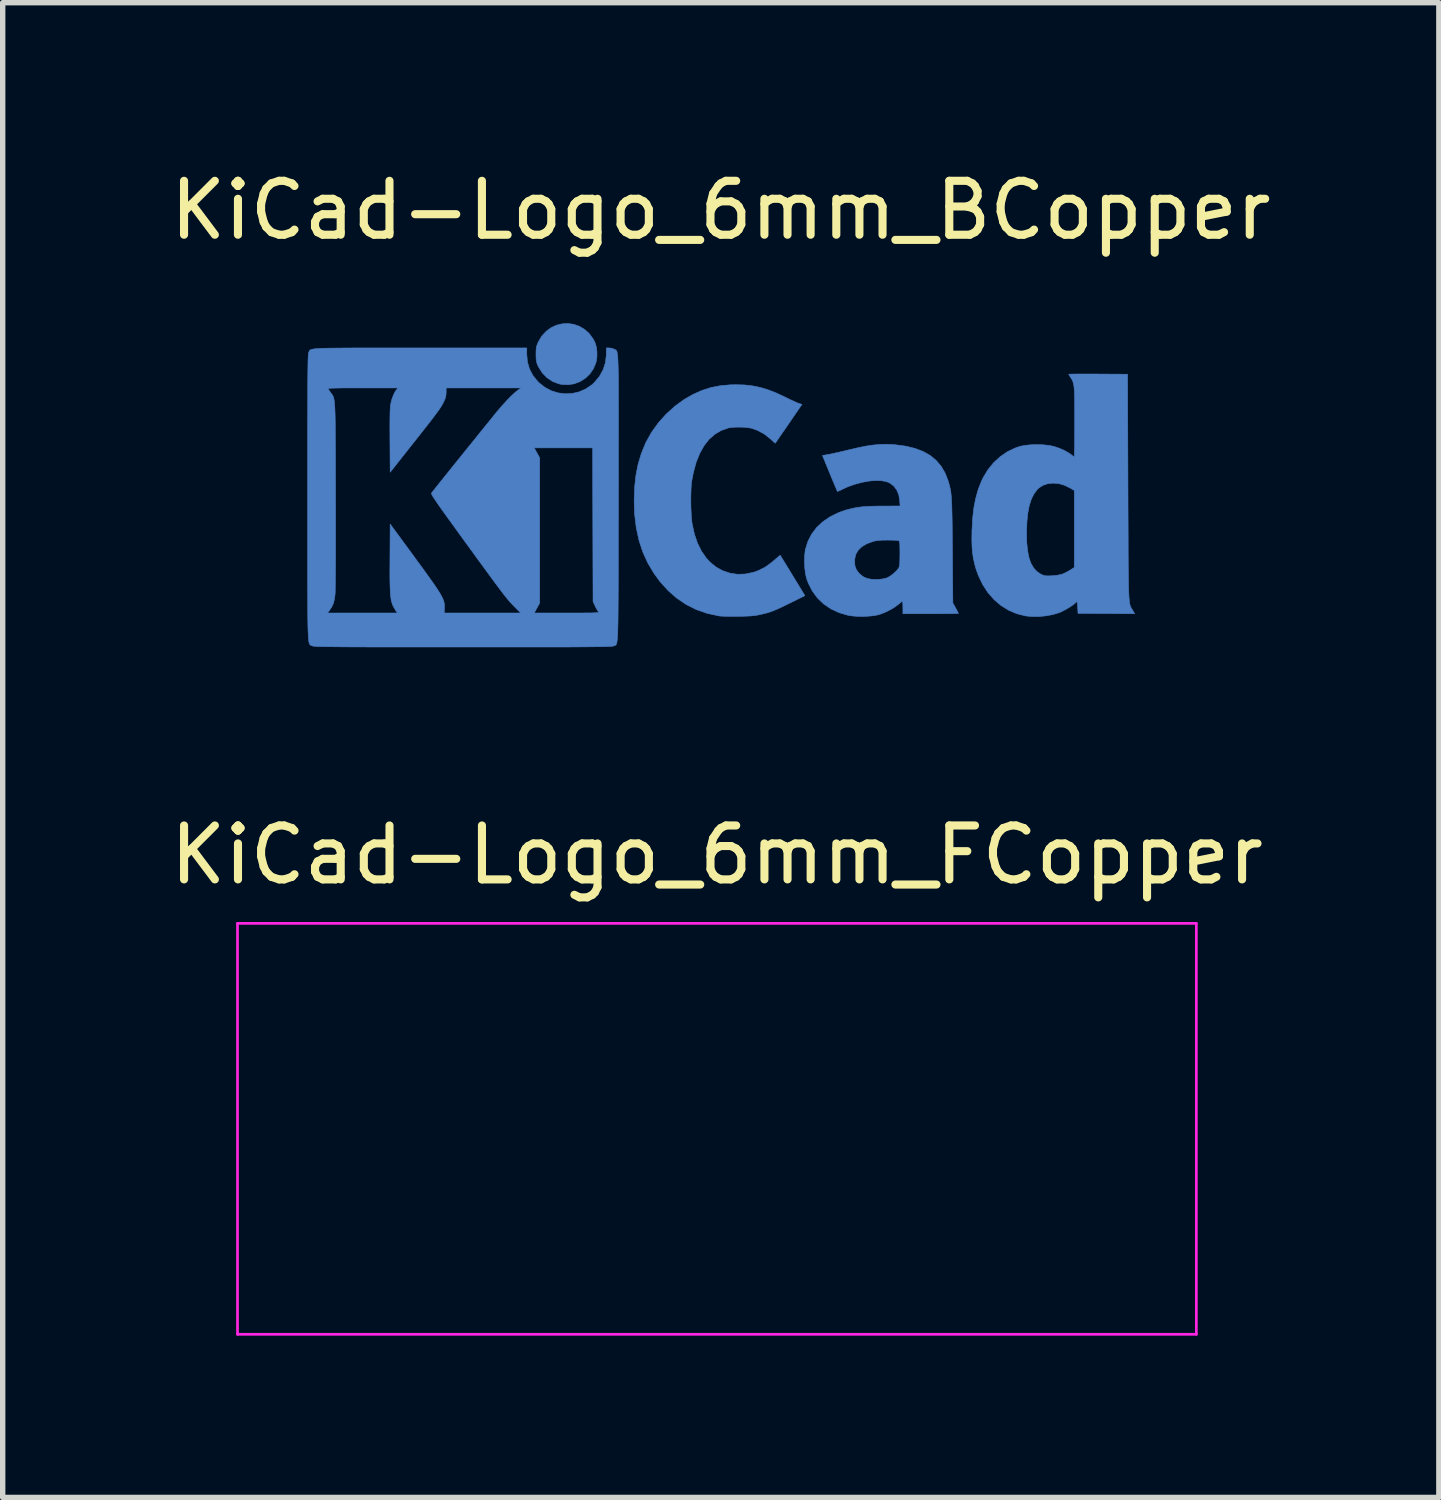
<source format=kicad_pcb>
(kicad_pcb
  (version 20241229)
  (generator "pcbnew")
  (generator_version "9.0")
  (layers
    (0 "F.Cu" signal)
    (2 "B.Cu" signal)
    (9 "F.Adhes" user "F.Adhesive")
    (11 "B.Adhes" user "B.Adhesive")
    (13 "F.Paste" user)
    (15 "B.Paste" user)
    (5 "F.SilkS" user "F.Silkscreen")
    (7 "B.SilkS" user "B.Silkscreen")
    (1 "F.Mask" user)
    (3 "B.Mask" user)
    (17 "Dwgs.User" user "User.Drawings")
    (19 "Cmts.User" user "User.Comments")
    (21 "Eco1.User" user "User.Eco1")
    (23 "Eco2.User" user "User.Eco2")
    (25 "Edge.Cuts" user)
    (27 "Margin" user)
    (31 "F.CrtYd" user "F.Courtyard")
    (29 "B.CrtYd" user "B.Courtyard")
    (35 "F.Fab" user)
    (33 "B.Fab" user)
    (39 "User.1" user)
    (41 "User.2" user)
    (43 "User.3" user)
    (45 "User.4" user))
  (footprint "KiCad-Logo_6mm_FCopper"
    (layer "F.Cu")
    (at 10.244 17.882)
    (property "Reference" "KiCad-Logo_6mm_FCopper" (at 0 -5.08 0) (layer "F.SilkS") (effects (font (size 1 1) (thickness 0.15))))
    (attr exclude_from_pos_files exclude_from_bom)
    (fp_line (start -8.89 -3.81) (end 8.89 -3.81) (stroke (width 0.05) (type solid)) (layer "F.CrtYd"))
    (fp_line (start -8.89 3.81) (end -8.89 -3.81) (stroke (width 0.05) (type solid)) (layer "F.CrtYd"))
    (fp_line (start 8.89 -3.81) (end 8.89 3.81) (stroke (width 0.05) (type solid)) (layer "F.CrtYd"))
    (fp_line (start 8.89 3.81) (end -8.89 3.81) (stroke (width 0.05) (type solid)) (layer "F.CrtYd")))
  (footprint "KiCad-Logo_6mm_BCopper"
    (layer "F.Cu")
    (at 10.315 5.928)
    (property "Reference" "KiCad-Logo_6mm_BCopper" (at 0 -5.08 0) (layer "F.SilkS") (effects (font (size 1 1) (thickness 0.15))))
    (attr exclude_from_pos_files exclude_from_bom)
    (fp_poly (pts (xy -2.726 -2.964) (xy -2.623 -2.928) (xy -2.527 -2.871) (xy -2.441 -2.795) (xy -2.369 -2.697) (xy -2.336 -2.636) (xy -2.308 -2.55) (xy -2.295 -2.451) (xy -2.296 -2.35) (xy -2.313 -2.257) (xy -2.359 -2.145) (xy -2.425 -2.047) (xy -2.509 -1.966) (xy -2.606 -1.904) (xy -2.714 -1.862) (xy -2.829 -1.844) (xy -2.948 -1.849) (xy -3.007 -1.862) (xy -3.121 -1.906) (xy -3.222 -1.974) (xy -3.309 -2.063) (xy -3.377 -2.171) (xy -3.383 -2.183) (xy -3.403 -2.227) (xy -3.415 -2.265) (xy -3.422 -2.304) (xy -3.425 -2.355) (xy -3.426 -2.41) (xy -3.425 -2.476) (xy -3.421 -2.523) (xy -3.413 -2.562) (xy -3.399 -2.6) (xy -3.382 -2.639) (xy -3.318 -2.747) (xy -3.238 -2.834) (xy -3.147 -2.901) (xy -3.047 -2.948) (xy -2.941 -2.973) (xy -2.833 -2.979) (xy -2.726 -2.964)) (stroke (width 0.01) (type solid)) (fill yes) (layer "B.Cu"))
    (fp_poly (pts (xy 0.44 -1.84) (xy 0.588 -1.823) (xy 0.731 -1.794) (xy 0.876 -1.751) (xy 1.028 -1.692) (xy 1.192 -1.615) (xy 1.222 -1.6) (xy 1.29 -1.567) (xy 1.354 -1.537) (xy 1.408 -1.513) (xy 1.446 -1.498) (xy 1.451 -1.496) (xy 1.506 -1.48) (xy 1.26 -1.121) (xy 1.2 -1.033) (xy 1.144 -0.953) (xy 1.096 -0.883) (xy 1.057 -0.826) (xy 1.029 -0.785) (xy 1.013 -0.763) (xy 1.011 -0.759) (xy 1 -0.767) (xy 0.975 -0.789) (xy 0.939 -0.823) (xy 0.919 -0.841) (xy 0.806 -0.931) (xy 0.679 -0.999) (xy 0.57 -1.037) (xy 0.504 -1.049) (xy 0.422 -1.056) (xy 0.333 -1.058) (xy 0.247 -1.056) (xy 0.173 -1.048) (xy 0.144 -1.043) (xy 0.011 -0.997) (xy -0.108 -0.927) (xy -0.215 -0.834) (xy -0.308 -0.716) (xy -0.387 -0.575) (xy -0.454 -0.411) (xy -0.506 -0.223) (xy -0.537 -0.062) (xy -0.546 0.009) (xy -0.551 0.101) (xy -0.554 0.207) (xy -0.555 0.32) (xy -0.553 0.435) (xy -0.548 0.544) (xy -0.542 0.64) (xy -0.533 0.718) (xy -0.531 0.73) (xy -0.489 0.923) (xy -0.431 1.094) (xy -0.357 1.243) (xy -0.267 1.372) (xy -0.203 1.442) (xy -0.089 1.536) (xy 0.037 1.606) (xy 0.172 1.651) (xy 0.313 1.671) (xy 0.459 1.666) (xy 0.608 1.634) (xy 0.696 1.603) (xy 0.818 1.542) (xy 0.943 1.453) (xy 1.013 1.393) (xy 1.053 1.358) (xy 1.084 1.332) (xy 1.101 1.32) (xy 1.104 1.32) (xy 1.112 1.332) (xy 1.132 1.366) (xy 1.163 1.416) (xy 1.203 1.482) (xy 1.251 1.56) (xy 1.304 1.647) (xy 1.334 1.696) (xy 1.56 2.067) (xy 1.278 2.207) (xy 1.176 2.257) (xy 1.093 2.296) (xy 1.025 2.327) (xy 0.966 2.351) (xy 0.911 2.371) (xy 0.855 2.388) (xy 0.794 2.403) (xy 0.735 2.417) (xy 0.682 2.428) (xy 0.627 2.437) (xy 0.565 2.443) (xy 0.488 2.447) (xy 0.394 2.45) (xy 0.33 2.451) (xy 0.238 2.452) (xy 0.151 2.451) (xy 0.073 2.45) (xy 0.01 2.447) (xy -0.032 2.444) (xy -0.034 2.443) (xy -0.25 2.396) (xy -0.452 2.326) (xy -0.642 2.231) (xy -0.818 2.112) (xy -0.98 1.969) (xy -1.129 1.803) (xy -1.238 1.654) (xy -1.353 1.461) (xy -1.446 1.256) (xy -1.517 1.038) (xy -1.567 0.807) (xy -1.597 0.56) (xy -1.606 0.309) (xy -1.598 0.066) (xy -1.574 -0.158) (xy -1.533 -0.368) (xy -1.474 -0.565) (xy -1.396 -0.756) (xy -1.387 -0.776) (xy -1.284 -0.96) (xy -1.159 -1.135) (xy -1.013 -1.298) (xy -0.851 -1.445) (xy -0.676 -1.572) (xy -0.514 -1.665) (xy -0.349 -1.738) (xy -0.185 -1.791) (xy -0.013 -1.825) (xy 0.171 -1.842) (xy 0.281 -1.844) (xy 0.44 -1.84)) (stroke (width 0.01) (type solid)) (fill yes) (layer "B.Cu"))
    (fp_poly (pts (xy 6.842 -2.043) (xy 6.959 -2.043) (xy 6.999 -2.042) (xy 7.544 -2.039) (xy 7.551 0.055) (xy 7.552 0.339) (xy 7.553 0.597) (xy 7.554 0.83) (xy 7.555 1.039) (xy 7.555 1.227) (xy 7.556 1.393) (xy 7.557 1.54) (xy 7.559 1.669) (xy 7.56 1.782) (xy 7.562 1.879) (xy 7.564 1.961) (xy 7.567 2.031) (xy 7.57 2.09) (xy 7.574 2.138) (xy 7.578 2.177) (xy 7.582 2.209) (xy 7.588 2.235) (xy 7.594 2.257) (xy 7.601 2.274) (xy 7.609 2.29) (xy 7.618 2.305) (xy 7.627 2.32) (xy 7.638 2.337) (xy 7.64 2.341) (xy 7.676 2.403) (xy 7.15 2.399) (xy 6.625 2.396) (xy 6.618 2.28) (xy 6.614 2.225) (xy 6.61 2.193) (xy 6.605 2.18) (xy 6.597 2.183) (xy 6.59 2.19) (xy 6.561 2.217) (xy 6.514 2.251) (xy 6.456 2.289) (xy 6.392 2.326) (xy 6.33 2.359) (xy 6.283 2.38) (xy 6.171 2.415) (xy 6.044 2.44) (xy 5.909 2.454) (xy 5.777 2.455) (xy 5.656 2.444) (xy 5.654 2.444) (xy 5.49 2.402) (xy 5.335 2.336) (xy 5.193 2.247) (xy 5.065 2.137) (xy 4.951 2.006) (xy 4.854 1.856) (xy 4.775 1.689) (xy 4.731 1.565) (xy 4.703 1.462) (xy 4.682 1.361) (xy 4.667 1.258) (xy 4.659 1.146) (xy 4.656 1.019) (xy 4.658 0.915) (xy 5.671 0.915) (xy 5.675 1.089) (xy 5.691 1.239) (xy 5.716 1.366) (xy 5.754 1.471) (xy 5.803 1.555) (xy 5.864 1.621) (xy 5.934 1.668) (xy 5.971 1.685) (xy 6.003 1.695) (xy 6.038 1.7) (xy 6.086 1.701) (xy 6.137 1.699) (xy 6.238 1.69) (xy 6.318 1.672) (xy 6.343 1.664) (xy 6.4 1.638) (xy 6.461 1.605) (xy 6.487 1.589) (xy 6.556 1.544) (xy 6.556 0.117) (xy 6.48 0.072) (xy 6.375 0.021) (xy 6.268 -0.01) (xy 6.162 -0.019) (xy 6.061 -0.008) (xy 5.97 0.023) (xy 5.893 0.075) (xy 5.868 0.099) (xy 5.808 0.181) (xy 5.759 0.279) (xy 5.721 0.396) (xy 5.695 0.533) (xy 5.678 0.692) (xy 5.671 0.876) (xy 5.671 0.915) (xy 4.658 0.915) (xy 4.658 0.872) (xy 4.67 0.646) (xy 4.693 0.442) (xy 4.729 0.258) (xy 4.777 0.089) (xy 4.839 -0.066) (xy 4.861 -0.112) (xy 4.95 -0.262) (xy 5.058 -0.396) (xy 5.182 -0.51) (xy 5.319 -0.604) (xy 5.468 -0.674) (xy 5.557 -0.703) (xy 5.644 -0.72) (xy 5.749 -0.73) (xy 5.863 -0.734) (xy 5.977 -0.73) (xy 6.083 -0.719) (xy 6.167 -0.703) (xy 6.268 -0.67) (xy 6.366 -0.628) (xy 6.451 -0.58) (xy 6.497 -0.548) (xy 6.528 -0.525) (xy 6.55 -0.51) (xy 6.555 -0.508) (xy 6.557 -0.521) (xy 6.558 -0.559) (xy 6.559 -0.619) (xy 6.561 -0.699) (xy 6.562 -0.795) (xy 6.562 -0.906) (xy 6.563 -1.027) (xy 6.563 -1.151) (xy 6.563 -1.31) (xy 6.562 -1.444) (xy 6.561 -1.555) (xy 6.56 -1.647) (xy 6.557 -1.721) (xy 6.553 -1.781) (xy 6.548 -1.829) (xy 6.54 -1.867) (xy 6.531 -1.898) (xy 6.52 -1.925) (xy 6.507 -1.949) (xy 6.49 -1.975) (xy 6.488 -1.978) (xy 6.467 -2.011) (xy 6.455 -2.034) (xy 6.453 -2.039) (xy 6.466 -2.04) (xy 6.504 -2.041) (xy 6.563 -2.042) (xy 6.642 -2.043) (xy 6.735 -2.043) (xy 6.842 -2.043)) (stroke (width 0.01) (type solid)) (fill yes) (layer "B.Cu"))
    (fp_poly (pts (xy 3.168 -0.736) (xy 3.236 -0.731) (xy 3.43 -0.705) (xy 3.603 -0.663) (xy 3.753 -0.606) (xy 3.884 -0.532) (xy 3.994 -0.441) (xy 4.086 -0.333) (xy 4.16 -0.206) (xy 4.214 -0.069) (xy 4.227 -0.025) (xy 4.239 0.016) (xy 4.249 0.057) (xy 4.258 0.099) (xy 4.266 0.145) (xy 4.272 0.196) (xy 4.277 0.257) (xy 4.281 0.327) (xy 4.285 0.411) (xy 4.287 0.509) (xy 4.29 0.624) (xy 4.292 0.759) (xy 4.293 0.915) (xy 4.295 1.095) (xy 4.296 1.236) (xy 4.304 2.204) (xy 4.356 2.297) (xy 4.38 2.342) (xy 4.398 2.377) (xy 4.407 2.395) (xy 4.407 2.396) (xy 4.394 2.398) (xy 4.356 2.399) (xy 4.297 2.4) (xy 4.22 2.401) (xy 4.127 2.402) (xy 4.021 2.402) (xy 3.906 2.403) (xy 3.892 2.403) (xy 3.378 2.403) (xy 3.378 2.286) (xy 3.377 2.233) (xy 3.374 2.193) (xy 3.371 2.171) (xy 3.369 2.169) (xy 3.356 2.178) (xy 3.328 2.2) (xy 3.291 2.231) (xy 3.29 2.231) (xy 3.224 2.281) (xy 3.14 2.331) (xy 3.048 2.376) (xy 2.957 2.411) (xy 2.918 2.423) (xy 2.838 2.439) (xy 2.741 2.448) (xy 2.635 2.453) (xy 2.528 2.451) (xy 2.43 2.443) (xy 2.362 2.432) (xy 2.194 2.383) (xy 2.042 2.312) (xy 1.909 2.222) (xy 1.794 2.112) (xy 1.699 1.984) (xy 1.625 1.839) (xy 1.592 1.751) (xy 1.572 1.665) (xy 1.559 1.562) (xy 1.553 1.451) (xy 1.553 1.435) (xy 2.482 1.435) (xy 2.489 1.517) (xy 2.515 1.586) (xy 2.562 1.649) (xy 2.581 1.668) (xy 2.645 1.718) (xy 2.72 1.75) (xy 2.81 1.766) (xy 2.904 1.767) (xy 2.994 1.759) (xy 3.062 1.744) (xy 3.092 1.733) (xy 3.145 1.703) (xy 3.202 1.66) (xy 3.254 1.612) (xy 3.293 1.566) (xy 3.303 1.549) (xy 3.311 1.526) (xy 3.317 1.488) (xy 3.32 1.433) (xy 3.322 1.357) (xy 3.323 1.284) (xy 3.322 1.199) (xy 3.321 1.138) (xy 3.319 1.096) (xy 3.315 1.07) (xy 3.309 1.055) (xy 3.301 1.048) (xy 3.299 1.046) (xy 3.276 1.043) (xy 3.233 1.04) (xy 3.173 1.038) (xy 3.104 1.037) (xy 3.089 1.037) (xy 2.997 1.038) (xy 2.925 1.043) (xy 2.869 1.051) (xy 2.822 1.062) (xy 2.706 1.106) (xy 2.615 1.16) (xy 2.548 1.225) (xy 2.504 1.302) (xy 2.484 1.391) (xy 2.482 1.435) (xy 1.553 1.435) (xy 1.554 1.342) (xy 1.564 1.245) (xy 1.571 1.205) (xy 1.617 1.059) (xy 1.687 0.924) (xy 1.78 0.802) (xy 1.895 0.695) (xy 2.03 0.603) (xy 2.183 0.528) (xy 2.313 0.482) (xy 2.401 0.459) (xy 2.484 0.44) (xy 2.569 0.426) (xy 2.661 0.416) (xy 2.765 0.41) (xy 2.888 0.407) (xy 2.998 0.406) (xy 3.326 0.405) (xy 3.319 0.307) (xy 3.302 0.2) (xy 3.264 0.108) (xy 3.207 0.033) (xy 3.134 -0.022) (xy 3.07 -0.048) (xy 2.977 -0.065) (xy 2.867 -0.068) (xy 2.745 -0.057) (xy 2.615 -0.033) (xy 2.483 0.003) (xy 2.354 0.049) (xy 2.261 0.092) (xy 2.216 0.114) (xy 2.181 0.129) (xy 2.164 0.135) (xy 2.163 0.135) (xy 2.157 0.121) (xy 2.142 0.086) (xy 2.119 0.032) (xy 2.09 -0.037) (xy 2.056 -0.118) (xy 2.022 -0.201) (xy 1.886 -0.532) (xy 1.983 -0.548) (xy 2.025 -0.556) (xy 2.088 -0.57) (xy 2.167 -0.587) (xy 2.257 -0.608) (xy 2.351 -0.63) (xy 2.389 -0.64) (xy 2.552 -0.677) (xy 2.694 -0.706) (xy 2.822 -0.725) (xy 2.939 -0.736) (xy 3.053 -0.74) (xy 3.168 -0.736)) (stroke (width 0.01) (type solid)) (fill yes) (layer "B.Cu"))
    (fp_poly (pts (xy -5.956 -2.526) (xy -5.691 -2.526) (xy -5.568 -2.526) (xy -3.597 -2.526) (xy -3.597 -2.41) (xy -3.585 -2.269) (xy -3.547 -2.138) (xy -3.485 -2.018) (xy -3.396 -1.907) (xy -3.366 -1.877) (xy -3.258 -1.793) (xy -3.14 -1.731) (xy -3.013 -1.692) (xy -2.883 -1.676) (xy -2.752 -1.683) (xy -2.625 -1.712) (xy -2.504 -1.765) (xy -2.393 -1.84) (xy -2.343 -1.886) (xy -2.25 -1.997) (xy -2.182 -2.12) (xy -2.139 -2.252) (xy -2.122 -2.392) (xy -2.122 -2.406) (xy -2.121 -2.526) (xy -2.068 -2.526) (xy -2.022 -2.52) (xy -1.979 -2.504) (xy -1.976 -2.503) (xy -1.966 -2.498) (xy -1.957 -2.494) (xy -1.949 -2.49) (xy -1.942 -2.485) (xy -1.935 -2.477) (xy -1.929 -2.467) (xy -1.924 -2.451) (xy -1.919 -2.43) (xy -1.915 -2.402) (xy -1.911 -2.366) (xy -1.908 -2.321) (xy -1.905 -2.266) (xy -1.903 -2.199) (xy -1.901 -2.12) (xy -1.899 -2.027) (xy -1.898 -1.919) (xy -1.897 -1.795) (xy -1.897 -1.654) (xy -1.896 -1.495) (xy -1.896 -1.317) (xy -1.896 -1.118) (xy -1.896 -0.897) (xy -1.897 -0.654) (xy -1.897 -0.386) (xy -1.897 -0.094) (xy -1.898 0.224) (xy -1.898 0.263) (xy -1.898 0.584) (xy -1.899 0.878) (xy -1.899 1.147) (xy -1.899 1.392) (xy -1.9 1.614) (xy -1.9 1.814) (xy -1.901 1.994) (xy -1.902 2.154) (xy -1.903 2.296) (xy -1.904 2.421) (xy -1.905 2.529) (xy -1.907 2.623) (xy -1.909 2.702) (xy -1.911 2.769) (xy -1.914 2.825) (xy -1.918 2.87) (xy -1.921 2.906) (xy -1.926 2.934) (xy -1.931 2.954) (xy -1.936 2.969) (xy -1.942 2.979) (xy -1.949 2.986) (xy -1.956 2.99) (xy -1.965 2.993) (xy -1.974 2.995) (xy -1.983 2.999) (xy -1.986 3) (xy -1.993 3.002) (xy -2.006 3.005) (xy -2.025 3.007) (xy -2.051 3.009) (xy -2.085 3.01) (xy -2.129 3.012) (xy -2.184 3.013) (xy -2.25 3.014) (xy -2.329 3.015) (xy -2.422 3.016) (xy -2.53 3.017) (xy -2.654 3.018) (xy -2.795 3.019) (xy -2.955 3.019) (xy -3.134 3.019) (xy -3.333 3.02) (xy -3.554 3.02) (xy -3.798 3.02) (xy -4.066 3.02) (xy -4.358 3.02) (xy -4.677 3.02) (xy -4.78 3.02) (xy -5.106 3.02) (xy -5.405 3.02) (xy -5.679 3.02) (xy -5.929 3.02) (xy -6.156 3.02) (xy -6.361 3.019) (xy -6.545 3.019) (xy -6.71 3.018) (xy -6.856 3.018) (xy -6.984 3.017) (xy -7.097 3.016) (xy -7.194 3.015) (xy -7.277 3.014) (xy -7.347 3.013) (xy -7.405 3.012) (xy -7.453 3.011) (xy -7.491 3.009) (xy -7.52 3.007) (xy -7.542 3.005) (xy -7.558 3.003) (xy -7.569 3.001) (xy -7.574 2.998) (xy -7.585 2.994) (xy -7.594 2.991) (xy -7.603 2.988) (xy -7.611 2.983) (xy -7.618 2.977) (xy -7.624 2.967) (xy -7.63 2.952) (xy -7.635 2.932) (xy -7.64 2.905) (xy -7.644 2.87) (xy -7.647 2.826) (xy -7.65 2.772) (xy -7.653 2.706) (xy -7.655 2.628) (xy -7.657 2.536) (xy -7.658 2.43) (xy -7.658 2.389) (xy -7.292 2.389) (xy -5.997 2.389) (xy -6.022 2.351) (xy -6.046 2.312) (xy -6.067 2.275) (xy -6.085 2.238) (xy -6.099 2.197) (xy -6.111 2.15) (xy -6.119 2.094) (xy -6.126 2.028) (xy -6.13 1.948) (xy -6.133 1.852) (xy -6.135 1.736) (xy -6.135 1.6) (xy -6.134 1.439) (xy -6.134 1.379) (xy -6.13 0.74) (xy -5.725 1.291) (xy -5.611 1.448) (xy -5.511 1.584) (xy -5.426 1.702) (xy -5.354 1.803) (xy -5.294 1.889) (xy -5.245 1.963) (xy -5.206 2.025) (xy -5.177 2.078) (xy -5.154 2.123) (xy -5.139 2.163) (xy -5.129 2.198) (xy -5.124 2.231) (xy -5.123 2.264) (xy -5.123 2.299) (xy -5.124 2.303) (xy -5.128 2.389) (xy -3.709 2.389) (xy -3.814 2.283) (xy -3.843 2.253) (xy -3.87 2.225) (xy -3.897 2.196) (xy -3.925 2.165) (xy -3.955 2.129) (xy -3.988 2.088) (xy -4.026 2.041) (xy -4.069 1.984) (xy -4.119 1.917) (xy -4.178 1.839) (xy -4.245 1.748) (xy -4.323 1.641) (xy -4.413 1.518) (xy -4.516 1.378) (xy -4.632 1.217) (xy -4.728 1.086) (xy -4.848 0.921) (xy -4.952 0.776) (xy -5.043 0.651) (xy -5.12 0.544) (xy -5.184 0.454) (xy -5.237 0.379) (xy -5.279 0.317) (xy -5.312 0.269) (xy -5.336 0.231) (xy -5.352 0.203) (xy -5.362 0.184) (xy -5.365 0.172) (xy -5.364 0.165) (xy -5.351 0.148) (xy -5.322 0.112) (xy -5.279 0.058) (xy -5.225 -0.01) (xy -5.16 -0.091) (xy -5.086 -0.183) (xy -5.006 -0.283) (xy -4.921 -0.389) (xy -4.832 -0.499) (xy -4.742 -0.611) (xy -4.692 -0.673) (xy -3.459 -0.673) (xy -3.408 -0.58) (xy -3.357 -0.487) (xy -3.357 2.204) (xy -3.408 2.296) (xy -3.459 2.389) (xy -2.853 2.389) (xy -2.709 2.389) (xy -2.589 2.389) (xy -2.493 2.388) (xy -2.417 2.388) (xy -2.359 2.386) (xy -2.317 2.385) (xy -2.289 2.382) (xy -2.273 2.379) (xy -2.266 2.375) (xy -2.265 2.37) (xy -2.269 2.365) (xy -2.27 2.365) (xy -2.287 2.34) (xy -2.31 2.299) (xy -2.33 2.258) (xy -2.368 2.176) (xy -2.376 -0.673) (xy -3.459 -0.673) (xy -4.692 -0.673) (xy -4.651 -0.723) (xy -4.563 -0.832) (xy -4.479 -0.937) (xy -4.4 -1.035) (xy -4.328 -1.124) (xy -4.264 -1.202) (xy -4.212 -1.267) (xy -4.172 -1.317) (xy -4.148 -1.346) (xy -4.056 -1.453) (xy -3.968 -1.55) (xy -3.886 -1.634) (xy -3.814 -1.701) (xy -3.763 -1.741) (xy -3.703 -1.785) (xy -5.092 -1.785) (xy -5.092 -1.703) (xy -5.096 -1.643) (xy -5.11 -1.588) (xy -5.133 -1.535) (xy -5.148 -1.505) (xy -5.163 -1.476) (xy -5.182 -1.445) (xy -5.204 -1.41) (xy -5.232 -1.369) (xy -5.267 -1.322) (xy -5.31 -1.264) (xy -5.362 -1.195) (xy -5.426 -1.113) (xy -5.503 -1.015) (xy -5.593 -0.9) (xy -5.7 -0.765) (xy -5.712 -0.75) (xy -6.13 -0.221) (xy -6.134 -0.807) (xy -6.135 -0.983) (xy -6.135 -1.131) (xy -6.134 -1.254) (xy -6.132 -1.35) (xy -6.128 -1.421) (xy -6.124 -1.467) (xy -6.123 -1.475) (xy -6.101 -1.567) (xy -6.071 -1.649) (xy -6.038 -1.716) (xy -6.018 -1.744) (xy -5.984 -1.785) (xy -6.638 -1.785) (xy -6.794 -1.785) (xy -6.924 -1.784) (xy -7.031 -1.784) (xy -7.116 -1.782) (xy -7.182 -1.781) (xy -7.229 -1.779) (xy -7.26 -1.776) (xy -7.277 -1.773) (xy -7.282 -1.769) (xy -7.282 -1.768) (xy -7.268 -1.747) (xy -7.245 -1.714) (xy -7.233 -1.697) (xy -7.22 -1.68) (xy -7.209 -1.665) (xy -7.199 -1.65) (xy -7.19 -1.635) (xy -7.183 -1.616) (xy -7.176 -1.593) (xy -7.17 -1.565) (xy -7.165 -1.53) (xy -7.161 -1.486) (xy -7.157 -1.432) (xy -7.154 -1.367) (xy -7.151 -1.288) (xy -7.149 -1.196) (xy -7.148 -1.087) (xy -7.147 -0.961) (xy -7.146 -0.816) (xy -7.145 -0.651) (xy -7.144 -0.464) (xy -7.144 -0.253) (xy -7.143 -0.018) (xy -7.143 0.198) (xy -7.142 0.439) (xy -7.142 0.668) (xy -7.142 0.885) (xy -7.142 1.089) (xy -7.142 1.276) (xy -7.143 1.447) (xy -7.144 1.6) (xy -7.145 1.732) (xy -7.146 1.844) (xy -7.148 1.932) (xy -7.149 1.996) (xy -7.151 2.035) (xy -7.151 2.039) (xy -7.163 2.132) (xy -7.182 2.207) (xy -7.211 2.273) (xy -7.253 2.337) (xy -7.258 2.344) (xy -7.292 2.389) (xy -7.658 2.389) (xy -7.659 2.307) (xy -7.66 2.168) (xy -7.66 2.011) (xy -7.661 1.834) (xy -7.661 1.636) (xy -7.661 1.418) (xy -7.661 1.176) (xy -7.661 0.911) (xy -7.661 0.62) (xy -7.661 0.304) (xy -7.661 0.241) (xy -7.661 -0.079) (xy -7.661 -0.372) (xy -7.661 -0.641) (xy -7.661 -0.885) (xy -7.661 -1.106) (xy -7.66 -1.305) (xy -7.66 -1.484) (xy -7.659 -1.643) (xy -7.659 -1.784) (xy -7.658 -1.907) (xy -7.657 -2.015) (xy -7.656 -2.107) (xy -7.655 -2.185) (xy -7.654 -2.25) (xy -7.653 -2.304) (xy -7.651 -2.347) (xy -7.649 -2.381) (xy -7.647 -2.406) (xy -7.645 -2.425) (xy -7.643 -2.437) (xy -7.64 -2.444) (xy -7.64 -2.444) (xy -7.635 -2.455) (xy -7.631 -2.466) (xy -7.626 -2.475) (xy -7.62 -2.483) (xy -7.61 -2.49) (xy -7.596 -2.496) (xy -7.576 -2.502) (xy -7.549 -2.507) (xy -7.514 -2.511) (xy -7.469 -2.515) (xy -7.413 -2.518) (xy -7.345 -2.52) (xy -7.263 -2.522) (xy -7.166 -2.523) (xy -7.052 -2.524) (xy -6.921 -2.525) (xy -6.771 -2.526) (xy -6.601 -2.526) (xy -6.409 -2.526) (xy -6.195 -2.526) (xy -5.956 -2.526)) (stroke (width 0.01) (type solid)) (fill yes) (layer "B.Cu")))
  (gr_rect
    (start -3 -3)
    (end 23.631 24.717)
    (stroke (width 0.1) (type default))
    (fill no)
    (layer "Edge.Cuts")))
</source>
